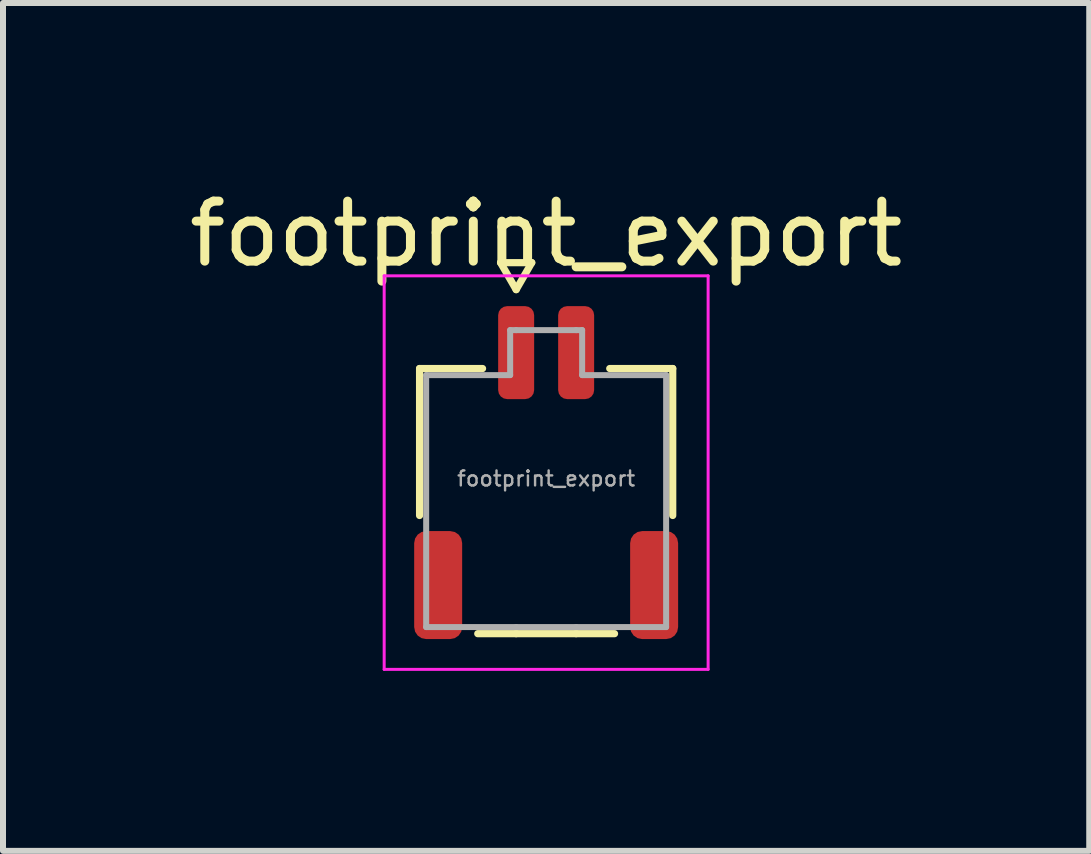
<source format=kicad_pcb>
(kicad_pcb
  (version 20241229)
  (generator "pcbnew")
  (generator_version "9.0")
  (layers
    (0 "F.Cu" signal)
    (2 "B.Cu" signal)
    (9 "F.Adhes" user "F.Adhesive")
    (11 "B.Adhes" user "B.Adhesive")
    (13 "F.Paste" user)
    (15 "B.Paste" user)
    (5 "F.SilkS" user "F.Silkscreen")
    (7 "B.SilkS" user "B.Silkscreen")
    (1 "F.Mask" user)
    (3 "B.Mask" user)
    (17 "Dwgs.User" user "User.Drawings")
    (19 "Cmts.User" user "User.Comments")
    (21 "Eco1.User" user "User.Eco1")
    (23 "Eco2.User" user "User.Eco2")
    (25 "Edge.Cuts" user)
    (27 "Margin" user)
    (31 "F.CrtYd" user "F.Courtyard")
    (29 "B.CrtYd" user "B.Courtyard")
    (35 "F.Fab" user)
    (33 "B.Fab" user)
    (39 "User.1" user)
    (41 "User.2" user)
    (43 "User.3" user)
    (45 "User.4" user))
  (footprint "footprint_export"
    (layer "F.Cu")
    (at 6.054 4.928)
    (property "Reference" "footprint_export" (at 0 -4.08 0) (layer "F.SilkS") (effects (font (size 1 1) (thickness 0.15))))
    (attr smd)
    (fp_line (start -2.11 -1.835) (end -1.06 -1.835) (stroke (width 0.12) (type solid)) (layer "F.SilkS"))
    (fp_line (start -2.11 0.615) (end -2.11 -1.835) (stroke (width 0.12) (type solid)) (layer "F.SilkS"))
    (fp_line (start -0.76 -3.6) (end -0.5 -3.15) (stroke (width 0.12) (type solid)) (layer "F.SilkS"))
    (fp_line (start -0.5 -3.15) (end -0.24 -3.6) (stroke (width 0.12) (type solid)) (layer "F.SilkS"))
    (fp_line (start -0.5 2.585) (end -1.14 2.585) (stroke (width 0.12) (type solid)) (layer "F.SilkS"))
    (fp_line (start -0.24 -3.6) (end -0.76 -3.6) (stroke (width 0.12) (type solid)) (layer "F.SilkS"))
    (fp_line (start 0.5 2.585) (end -0.5 2.585) (stroke (width 0.12) (type solid)) (layer "F.SilkS"))
    (fp_line (start 1.06 -1.835) (end 2.11 -1.835) (stroke (width 0.12) (type solid)) (layer "F.SilkS"))
    (fp_line (start 1.14 2.585) (end 0.5 2.585) (stroke (width 0.12) (type solid)) (layer "F.SilkS"))
    (fp_line (start 2.11 -1.835) (end 2.11 0.615) (stroke (width 0.12) (type solid)) (layer "F.SilkS"))
    (fp_line (start -2.7 -3.38) (end -2.7 3.18) (stroke (width 0.05) (type solid)) (layer "F.CrtYd"))
    (fp_line (start -2.7 3.18) (end 2.7 3.18) (stroke (width 0.05) (type solid)) (layer "F.CrtYd"))
    (fp_line (start 2.7 -3.38) (end -2.7 -3.38) (stroke (width 0.05) (type solid)) (layer "F.CrtYd"))
    (fp_line (start 2.7 3.18) (end 2.7 -3.38) (stroke (width 0.05) (type solid)) (layer "F.CrtYd"))
    (fp_line (start -2 -1.725) (end -0.6 -1.725) (stroke (width 0.1) (type solid)) (layer "F.Fab"))
    (fp_line (start -2 2.475) (end -2 -1.725) (stroke (width 0.1) (type solid)) (layer "F.Fab"))
    (fp_line (start -0.6 -2.475) (end -0.5 -2.475) (stroke (width 0.1) (type solid)) (layer "F.Fab"))
    (fp_line (start -0.6 -1.725) (end -0.6 -2.475) (stroke (width 0.1) (type solid)) (layer "F.Fab"))
    (fp_line (start -0.5 -2.475) (end 0.5 -2.475) (stroke (width 0.1) (type solid)) (layer "F.Fab"))
    (fp_line (start -0.5 2.475) (end -2 2.475) (stroke (width 0.1) (type solid)) (layer "F.Fab"))
    (fp_line (start 0.5 -2.475) (end 0.6 -2.475) (stroke (width 0.1) (type solid)) (layer "F.Fab"))
    (fp_line (start 0.5 2.475) (end -0.5 2.475) (stroke (width 0.1) (type solid)) (layer "F.Fab"))
    (fp_line (start 0.6 -2.475) (end 0.6 -1.725) (stroke (width 0.1) (type solid)) (layer "F.Fab"))
    (fp_line (start 0.6 -1.725) (end 2 -1.725) (stroke (width 0.1) (type solid)) (layer "F.Fab"))
    (fp_line (start 2 -1.725) (end 2 2.475) (stroke (width 0.1) (type solid)) (layer "F.Fab"))
    (fp_line (start 2 2.475) (end 0.5 2.475) (stroke (width 0.1) (type solid)) (layer "F.Fab"))
    (fp_text user "${REFERENCE}" (at 0 0 0) (layer "F.Fab") (effects (font (size 0.25 0.25) (thickness 0.04))))
    (pad "1" smd roundrect (at -0.5 -2.1) (size 0.6 1.55) (layers "F.Cu" "F.Mask" "F.Paste") (roundrect_rratio 0.25))
    (pad "2" smd roundrect (at 0.5 -2.1) (size 0.6 1.55) (layers "F.Cu" "F.Mask" "F.Paste") (roundrect_rratio 0.25))
    (pad "MP" smd roundrect (at -1.8 1.775) (size 0.8 1.8) (layers "F.Cu" "F.Mask" "F.Paste") (roundrect_rratio 0.25))
    (pad "MP" smd roundrect (at 1.8 1.775) (size 0.8 1.8) (layers "F.Cu" "F.Mask" "F.Paste") (roundrect_rratio 0.25)))
  (gr_rect
    (start -3 -3)
    (end 15.107 11.133)
    (stroke (width 0.1) (type default))
    (fill no)
    (layer "Edge.Cuts")))
</source>
